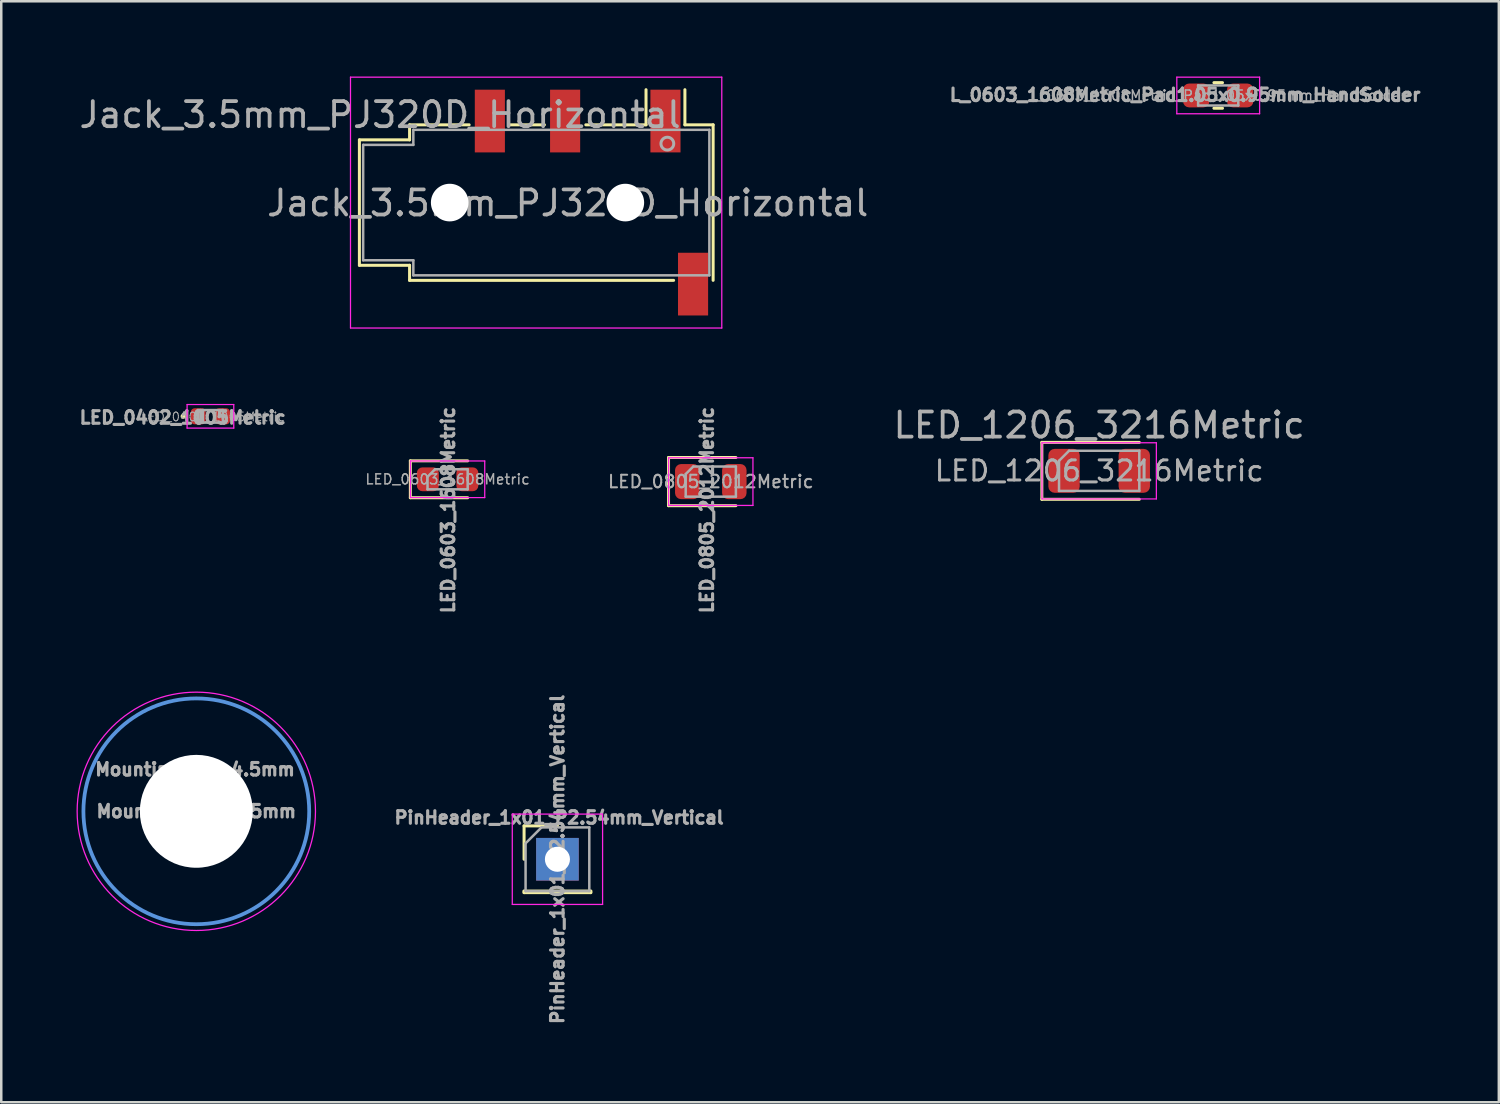
<source format=kicad_pcb>
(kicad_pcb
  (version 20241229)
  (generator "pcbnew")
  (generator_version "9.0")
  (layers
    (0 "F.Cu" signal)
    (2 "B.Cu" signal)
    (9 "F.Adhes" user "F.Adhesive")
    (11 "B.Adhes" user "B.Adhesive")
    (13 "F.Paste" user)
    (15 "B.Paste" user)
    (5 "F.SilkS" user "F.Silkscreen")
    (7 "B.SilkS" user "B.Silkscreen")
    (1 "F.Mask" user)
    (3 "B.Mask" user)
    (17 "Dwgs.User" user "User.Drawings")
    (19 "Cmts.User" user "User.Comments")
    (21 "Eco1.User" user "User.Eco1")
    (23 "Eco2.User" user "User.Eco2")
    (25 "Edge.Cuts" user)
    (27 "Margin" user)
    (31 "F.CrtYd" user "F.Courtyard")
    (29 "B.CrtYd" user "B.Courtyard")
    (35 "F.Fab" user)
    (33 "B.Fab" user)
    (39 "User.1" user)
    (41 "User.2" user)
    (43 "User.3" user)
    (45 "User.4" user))
  (footprint "LED_0402_1005Metric"
    (layer "F.Cu")
    (at 5.338 13.545)
    (property "Reference" "LED_0402_1005Metric" (at -1.105 0.05 180) (layer "F.Fab") (effects (font (size 0.5 0.5) (thickness 0.15))))
    (attr smd)
    (fp_circle (center -1.09 0) (end -1.04 0) (stroke (width 0.1) (type solid)) (fill no) (layer "F.SilkS"))
    (fp_line (start -0.93 -0.47) (end 0.93 -0.47) (stroke (width 0.05) (type solid)) (layer "F.CrtYd"))
    (fp_line (start -0.93 0.47) (end -0.93 -0.47) (stroke (width 0.05) (type solid)) (layer "F.CrtYd"))
    (fp_line (start 0.93 -0.47) (end 0.93 0.47) (stroke (width 0.05) (type solid)) (layer "F.CrtYd"))
    (fp_line (start 0.93 0.47) (end -0.93 0.47) (stroke (width 0.05) (type solid)) (layer "F.CrtYd"))
    (fp_line (start -0.5 -0.25) (end 0.5 -0.25) (stroke (width 0.1) (type solid)) (layer "F.Fab"))
    (fp_line (start -0.5 0.25) (end -0.5 -0.25) (stroke (width 0.1) (type solid)) (layer "F.Fab"))
    (fp_line (start -0.4 0.25) (end -0.4 -0.25) (stroke (width 0.1) (type solid)) (layer "F.Fab"))
    (fp_line (start -0.3 0.25) (end -0.3 -0.25) (stroke (width 0.1) (type solid)) (layer "F.Fab"))
    (fp_line (start 0.5 -0.25) (end 0.5 0.25) (stroke (width 0.1) (type solid)) (layer "F.Fab"))
    (fp_line (start 0.5 0.25) (end -0.5 0.25) (stroke (width 0.1) (type solid)) (layer "F.Fab"))
    (fp_text user "${REFERENCE}" (at 0.105 0.02 180) (layer "F.Fab") (effects (font (size 0.35 0.35) (thickness 0.04))))
    (pad "1" smd roundrect (at -0.485 0) (size 0.59 0.64) (layers "F.Cu" "F.Mask" "F.Paste") (roundrect_rratio 0.25))
    (pad "2" smd roundrect (at 0.485 0) (size 0.59 0.64) (layers "F.Cu" "F.Mask" "F.Paste") (roundrect_rratio 0.25)))
  (footprint "LED_0603_1608Metric"
    (layer "F.Cu")
    (at 14.792 16.055)
    (property "Reference" "LED_0603_1608Metric" (at 0.02 1.228 270) (layer "F.Fab") (effects (font (size 0.5 0.5) (thickness 0.15))))
    (attr smd)
    (fp_line (start -1.485 -0.735) (end -1.485 0.735) (stroke (width 0.12) (type solid)) (layer "F.SilkS"))
    (fp_line (start -1.485 0.735) (end 0.8 0.735) (stroke (width 0.12) (type solid)) (layer "F.SilkS"))
    (fp_line (start 0.8 -0.735) (end -1.485 -0.735) (stroke (width 0.12) (type solid)) (layer "F.SilkS"))
    (fp_line (start -1.48 -0.73) (end 1.48 -0.73) (stroke (width 0.05) (type solid)) (layer "F.CrtYd"))
    (fp_line (start -1.48 0.73) (end -1.48 -0.73) (stroke (width 0.05) (type solid)) (layer "F.CrtYd"))
    (fp_line (start 1.48 -0.73) (end 1.48 0.73) (stroke (width 0.05) (type solid)) (layer "F.CrtYd"))
    (fp_line (start 1.48 0.73) (end -1.48 0.73) (stroke (width 0.05) (type solid)) (layer "F.CrtYd"))
    (fp_line (start -0.8 -0.1) (end -0.8 0.4) (stroke (width 0.1) (type solid)) (layer "F.Fab"))
    (fp_line (start -0.8 0.4) (end 0.8 0.4) (stroke (width 0.1) (type solid)) (layer "F.Fab"))
    (fp_line (start -0.5 -0.4) (end -0.8 -0.1) (stroke (width 0.1) (type solid)) (layer "F.Fab"))
    (fp_line (start 0.8 -0.4) (end -0.5 -0.4) (stroke (width 0.1) (type solid)) (layer "F.Fab"))
    (fp_line (start 0.8 0.4) (end 0.8 -0.4) (stroke (width 0.1) (type solid)) (layer "F.Fab"))
    (fp_text user "${REFERENCE}" (at 0 0 0) (layer "F.Fab") (effects (font (size 0.4 0.4) (thickness 0.06))))
    (pad "1" smd roundrect (at -0.787 0) (size 0.875 0.95) (layers "F.Cu" "F.Mask" "F.Paste") (roundrect_rratio 0.25))
    (pad "2" smd roundrect (at 0.787 0) (size 0.875 0.95) (layers "F.Cu" "F.Mask" "F.Paste") (roundrect_rratio 0.25)))
  (footprint "LED_0805_2012Metric"
    (layer "F.Cu")
    (at 25.283 16.147)
    (property "Reference" "LED_0805_2012Metric" (at -0.154 1.135 90) (layer "F.Fab") (effects (font (size 0.5 0.5) (thickness 0.15))))
    (attr smd)
    (fp_line (start -1.685 -0.96) (end -1.685 0.96) (stroke (width 0.12) (type solid)) (layer "F.SilkS"))
    (fp_line (start -1.685 0.96) (end 1 0.96) (stroke (width 0.12) (type solid)) (layer "F.SilkS"))
    (fp_line (start 1 -0.96) (end -1.685 -0.96) (stroke (width 0.12) (type solid)) (layer "F.SilkS"))
    (fp_line (start -1.68 -0.95) (end 1.68 -0.95) (stroke (width 0.05) (type solid)) (layer "F.CrtYd"))
    (fp_line (start -1.68 0.95) (end -1.68 -0.95) (stroke (width 0.05) (type solid)) (layer "F.CrtYd"))
    (fp_line (start 1.68 -0.95) (end 1.68 0.95) (stroke (width 0.05) (type solid)) (layer "F.CrtYd"))
    (fp_line (start 1.68 0.95) (end -1.68 0.95) (stroke (width 0.05) (type solid)) (layer "F.CrtYd"))
    (fp_line (start -1 -0.3) (end -1 0.6) (stroke (width 0.1) (type solid)) (layer "F.Fab"))
    (fp_line (start -1 0.6) (end 1 0.6) (stroke (width 0.1) (type solid)) (layer "F.Fab"))
    (fp_line (start -0.7 -0.6) (end -1 -0.3) (stroke (width 0.1) (type solid)) (layer "F.Fab"))
    (fp_line (start 1 -0.6) (end -0.7 -0.6) (stroke (width 0.1) (type solid)) (layer "F.Fab"))
    (fp_line (start 1 0.6) (end 1 -0.6) (stroke (width 0.1) (type solid)) (layer "F.Fab"))
    (fp_text user "${REFERENCE}" (at 0 0 0) (layer "F.Fab") (effects (font (size 0.5 0.5) (thickness 0.08))))
    (pad "1" smd roundrect (at -0.938 0) (size 0.975 1.4) (layers "F.Cu" "F.Mask" "F.Paste") (roundrect_rratio 0.25))
    (pad "2" smd roundrect (at 0.938 0) (size 0.975 1.4) (layers "F.Cu" "F.Mask" "F.Paste") (roundrect_rratio 0.25)))
  (footprint "MountingHole_4.5mm"
    (layer "F.Cu")
    (at 4.775 29.29)
    (property "Reference" "MountingHole_4.5mm" (at -0.051 -1.67 0) (layer "F.Fab") (effects (font (size 0.5 0.5) (thickness 0.15))))
    (attr exclude_from_pos_files)
    (fp_circle (center 0 0) (end 4.5 0) (stroke (width 0.15) (type solid)) (fill no) (layer "Cmts.User"))
    (fp_circle (center 0 0) (end 4.75 0) (stroke (width 0.05) (type solid)) (fill no) (layer "F.CrtYd"))
    (fp_text user "${REFERENCE}" (at 0 0 0) (layer "F.Fab") (effects (font (size 0.5 0.5) (thickness 0.15))))
    (pad "" np_thru_hole circle (at 0 0) (size 4.5 4.5) (drill 4.5) (layers "*.Cu" "*.Mask")))
  (footprint "PinHeader_1x01_P2.54mm_Vertical"
    (layer "F.Cu")
    (at 19.17 31.201)
    (property "Reference" "PinHeader_1x01_P2.54mm_Vertical" (at 0.066 -1.66 0) (layer "F.Fab") (effects (font (size 0.5 0.5) (thickness 0.15))))
    (attr through_hole)
    (fp_line (start -1.33 -1.33) (end 0 -1.33) (stroke (width 0.12) (type solid)) (layer "F.SilkS"))
    (fp_line (start -1.33 0) (end -1.33 -1.33) (stroke (width 0.12) (type solid)) (layer "F.SilkS"))
    (fp_line (start -1.33 1.27) (end -1.33 1.33) (stroke (width 0.12) (type solid)) (layer "F.SilkS"))
    (fp_line (start -1.33 1.27) (end 1.33 1.27) (stroke (width 0.12) (type solid)) (layer "F.SilkS"))
    (fp_line (start -1.33 1.33) (end 1.33 1.33) (stroke (width 0.12) (type solid)) (layer "F.SilkS"))
    (fp_line (start 1.33 1.27) (end 1.33 1.33) (stroke (width 0.12) (type solid)) (layer "F.SilkS"))
    (fp_line (start -1.8 -1.8) (end -1.8 1.8) (stroke (width 0.05) (type solid)) (layer "F.CrtYd"))
    (fp_line (start -1.8 1.8) (end 1.8 1.8) (stroke (width 0.05) (type solid)) (layer "F.CrtYd"))
    (fp_line (start 1.8 -1.8) (end -1.8 -1.8) (stroke (width 0.05) (type solid)) (layer "F.CrtYd"))
    (fp_line (start 1.8 1.8) (end 1.8 -1.8) (stroke (width 0.05) (type solid)) (layer "F.CrtYd"))
    (fp_line (start -1.27 -0.635) (end -0.635 -1.27) (stroke (width 0.1) (type solid)) (layer "F.Fab"))
    (fp_line (start -1.27 1.27) (end -1.27 -0.635) (stroke (width 0.1) (type solid)) (layer "F.Fab"))
    (fp_line (start -0.635 -1.27) (end 1.27 -1.27) (stroke (width 0.1) (type solid)) (layer "F.Fab"))
    (fp_line (start 1.27 -1.27) (end 1.27 1.27) (stroke (width 0.1) (type solid)) (layer "F.Fab"))
    (fp_line (start 1.27 1.27) (end -1.27 1.27) (stroke (width 0.1) (type solid)) (layer "F.Fab"))
    (fp_text user "${REFERENCE}" (at 0 0 90) (layer "F.Fab") (effects (font (size 0.5 0.5) (thickness 0.15))))
    (pad "1" thru_hole rect (at 0 0) (size 1.7 1.7) (drill 1) (layers "*.Cu" "*.Mask")))
  (footprint "L_0603_1608Metric_Pad1.05x0.95mm_HandSolder"
    (layer "F.Cu")
    (at 45.509 0.755)
    (property "Reference" "L_0603_1608Metric_Pad1.05x0.95mm_HandSolder" (at -1.32 -0.02 180) (layer "F.Fab") (effects (font (size 0.5 0.5) (thickness 0.15))))
    (attr smd)
    (fp_line (start -0.171 -0.51) (end 0.171 -0.51) (stroke (width 0.12) (type solid)) (layer "F.SilkS"))
    (fp_line (start -0.171 0.51) (end 0.171 0.51) (stroke (width 0.12) (type solid)) (layer "F.SilkS"))
    (fp_line (start -1.65 -0.73) (end 1.65 -0.73) (stroke (width 0.05) (type solid)) (layer "F.CrtYd"))
    (fp_line (start -1.65 0.73) (end -1.65 -0.73) (stroke (width 0.05) (type solid)) (layer "F.CrtYd"))
    (fp_line (start 1.65 -0.73) (end 1.65 0.73) (stroke (width 0.05) (type solid)) (layer "F.CrtYd"))
    (fp_line (start 1.65 0.73) (end -1.65 0.73) (stroke (width 0.05) (type solid)) (layer "F.CrtYd"))
    (fp_line (start -0.8 -0.4) (end 0.8 -0.4) (stroke (width 0.1) (type solid)) (layer "F.Fab"))
    (fp_line (start -0.8 0.4) (end -0.8 -0.4) (stroke (width 0.1) (type solid)) (layer "F.Fab"))
    (fp_line (start 0.8 -0.4) (end 0.8 0.4) (stroke (width 0.1) (type solid)) (layer "F.Fab"))
    (fp_line (start 0.8 0.4) (end -0.8 0.4) (stroke (width 0.1) (type solid)) (layer "F.Fab"))
    (fp_text user "${REFERENCE}" (at 0 0 180) (layer "F.Fab") (effects (font (size 0.4 0.4) (thickness 0.06))))
    (pad "1" smd roundrect (at -0.875 0) (size 1.05 0.95) (layers "F.Cu" "F.Mask" "F.Paste") (roundrect_rratio 0.25))
    (pad "2" smd roundrect (at 0.875 0) (size 1.05 0.95) (layers "F.Cu" "F.Mask" "F.Paste") (roundrect_rratio 0.25)))
  (footprint "LED_1206_3216Metric"
    (layer "F.Cu")
    (at 40.764 15.718)
    (property "Reference" "LED_1206_3216Metric" (at 0 -1.82 0) (layer "F.Fab") (effects (font (size 1 1) (thickness 0.15))))
    (attr smd)
    (fp_line (start -2.285 -1.135) (end -2.285 1.135) (stroke (width 0.12) (type solid)) (layer "F.SilkS"))
    (fp_line (start -2.285 1.135) (end 1.6 1.135) (stroke (width 0.12) (type solid)) (layer "F.SilkS"))
    (fp_line (start 1.6 -1.135) (end -2.285 -1.135) (stroke (width 0.12) (type solid)) (layer "F.SilkS"))
    (fp_line (start -2.28 -1.12) (end 2.28 -1.12) (stroke (width 0.05) (type solid)) (layer "F.CrtYd"))
    (fp_line (start -2.28 1.12) (end -2.28 -1.12) (stroke (width 0.05) (type solid)) (layer "F.CrtYd"))
    (fp_line (start 2.28 -1.12) (end 2.28 1.12) (stroke (width 0.05) (type solid)) (layer "F.CrtYd"))
    (fp_line (start 2.28 1.12) (end -2.28 1.12) (stroke (width 0.05) (type solid)) (layer "F.CrtYd"))
    (fp_line (start -1.6 -0.4) (end -1.6 0.8) (stroke (width 0.1) (type solid)) (layer "F.Fab"))
    (fp_line (start -1.6 0.8) (end 1.6 0.8) (stroke (width 0.1) (type solid)) (layer "F.Fab"))
    (fp_line (start -1.2 -0.8) (end -1.6 -0.4) (stroke (width 0.1) (type solid)) (layer "F.Fab"))
    (fp_line (start 1.6 -0.8) (end -1.2 -0.8) (stroke (width 0.1) (type solid)) (layer "F.Fab"))
    (fp_line (start 1.6 0.8) (end 1.6 -0.8) (stroke (width 0.1) (type solid)) (layer "F.Fab"))
    (fp_text user "${REFERENCE}" (at 0 0 0) (layer "F.Fab") (effects (font (size 0.8 0.8) (thickness 0.12))))
    (pad "1" smd roundrect (at -1.4 0) (size 1.25 1.75) (layers "F.Cu" "F.Mask" "F.Paste") (roundrect_rratio 0.2))
    (pad "2" smd roundrect (at 1.4 0) (size 1.25 1.75) (layers "F.Cu" "F.Mask" "F.Paste") (roundrect_rratio 0.2)))
  (footprint "Jack_3.5mm_PJ320D_Horizontal"
    (layer "F.Cu")
    (at 19.651 5.025)
    (property "Reference" "Jack_3.5mm_PJ320D_Horizontal" (at -0.07 0.02 0) (layer "F.Fab") (effects (font (size 1 1) (thickness 0.15))))
    (attr smd)
    (fp_line (start -8.375 -2.5) (end -8.375 2.5) (stroke (width 0.12) (type solid)) (layer "F.SilkS"))
    (fp_line (start -6.375 -3.1) (end -6.375 -2.5) (stroke (width 0.12) (type solid)) (layer "F.SilkS"))
    (fp_line (start -6.375 -3.1) (end -4 -3.1) (stroke (width 0.12) (type solid)) (layer "F.SilkS"))
    (fp_line (start -6.375 -2.5) (end -8.375 -2.5) (stroke (width 0.12) (type solid)) (layer "F.SilkS"))
    (fp_line (start -6.375 2.5) (end -8.375 2.5) (stroke (width 0.12) (type solid)) (layer "F.SilkS"))
    (fp_line (start -6.375 2.5) (end -6.375 3.1) (stroke (width 0.12) (type solid)) (layer "F.SilkS"))
    (fp_line (start -2.35 -3.1) (end -1 -3.1) (stroke (width 0.12) (type solid)) (layer "F.SilkS"))
    (fp_line (start 0.65 -3.1) (end 3.05 -3.1) (stroke (width 0.12) (type solid)) (layer "F.SilkS"))
    (fp_line (start 3.05 -3.1) (end 3.05 -4.5) (stroke (width 0.12) (type solid)) (layer "F.SilkS"))
    (fp_line (start 4.15 3.1) (end -6.375 3.1) (stroke (width 0.12) (type solid)) (layer "F.SilkS"))
    (fp_line (start 4.6 -3.1) (end 4.6 -4.5) (stroke (width 0.12) (type solid)) (layer "F.SilkS"))
    (fp_line (start 4.6 -3.1) (end 5.725 -3.1) (stroke (width 0.12) (type solid)) (layer "F.SilkS"))
    (fp_line (start 5.725 3.1) (end 5.725 -3.1) (stroke (width 0.12) (type solid)) (layer "F.SilkS"))
    (fp_line (start -8.73 -5) (end 6.07 -5) (stroke (width 0.05) (type solid)) (layer "F.CrtYd"))
    (fp_line (start -8.73 5) (end -8.73 -5) (stroke (width 0.05) (type solid)) (layer "F.CrtYd"))
    (fp_line (start -8.73 5) (end 6.07 5) (stroke (width 0.05) (type solid)) (layer "F.CrtYd"))
    (fp_line (start 6.07 5) (end 6.07 -5) (stroke (width 0.05) (type solid)) (layer "F.CrtYd"))
    (fp_line (start -8.225 -2.3) (end -6.225 -2.3) (stroke (width 0.1) (type solid)) (layer "F.Fab"))
    (fp_line (start -8.225 2.3) (end -8.225 -2.3) (stroke (width 0.1) (type solid)) (layer "F.Fab"))
    (fp_line (start -6.225 -2.9) (end 5.575 -2.9) (stroke (width 0.1) (type solid)) (layer "F.Fab"))
    (fp_line (start -6.225 -2.3) (end -6.225 -2.9) (stroke (width 0.1) (type solid)) (layer "F.Fab"))
    (fp_line (start -6.225 2.3) (end -8.225 2.3) (stroke (width 0.1) (type solid)) (layer "F.Fab"))
    (fp_line (start -6.225 2.9) (end -6.225 2.3) (stroke (width 0.1) (type solid)) (layer "F.Fab"))
    (fp_line (start 5.575 -2.9) (end 5.575 2.9) (stroke (width 0.1) (type solid)) (layer "F.Fab"))
    (fp_line (start 5.575 2.9) (end -6.225 2.9) (stroke (width 0.1) (type solid)) (layer "F.Fab"))
    (fp_circle (center 3.9 -2.35) (end 3.95 -2.1) (stroke (width 0.12) (type solid)) (fill no) (layer "F.Fab"))
    (fp_text user "${REFERENCE}" (at -7.55 -3.5 0) (layer "F.Fab") (effects (font (size 1 1) (thickness 0.15))))
    (pad "" np_thru_hole circle (at -4.775 0 180) (size 1.5 1.5) (drill 1.5) (layers "*.Cu" "*.Mask"))
    (pad "" np_thru_hole circle (at 2.225 0 180) (size 1.5 1.5) (drill 1.5) (layers "*.Cu" "*.Mask"))
    (pad "R1" smd rect (at -0.175 -3.25 180) (size 1.2 2.5) (layers "F.Cu" "F.Mask" "F.Paste"))
    (pad "R2" smd rect (at -3.175 -3.25 180) (size 1.2 2.5) (layers "F.Cu" "F.Mask" "F.Paste"))
    (pad "S" smd rect (at 4.925 3.25 180) (size 1.2 2.5) (layers "F.Cu" "F.Mask" "F.Paste"))
    (pad "T" smd rect (at 3.825 -3.25 180) (size 1.2 2.5) (layers "F.Cu" "F.Mask" "F.Paste")))
  (gr_rect
    (start -3 -3)
    (end 56.695 40.886)
    (stroke (width 0.1) (type default))
    (fill no)
    (layer "Edge.Cuts")))
</source>
